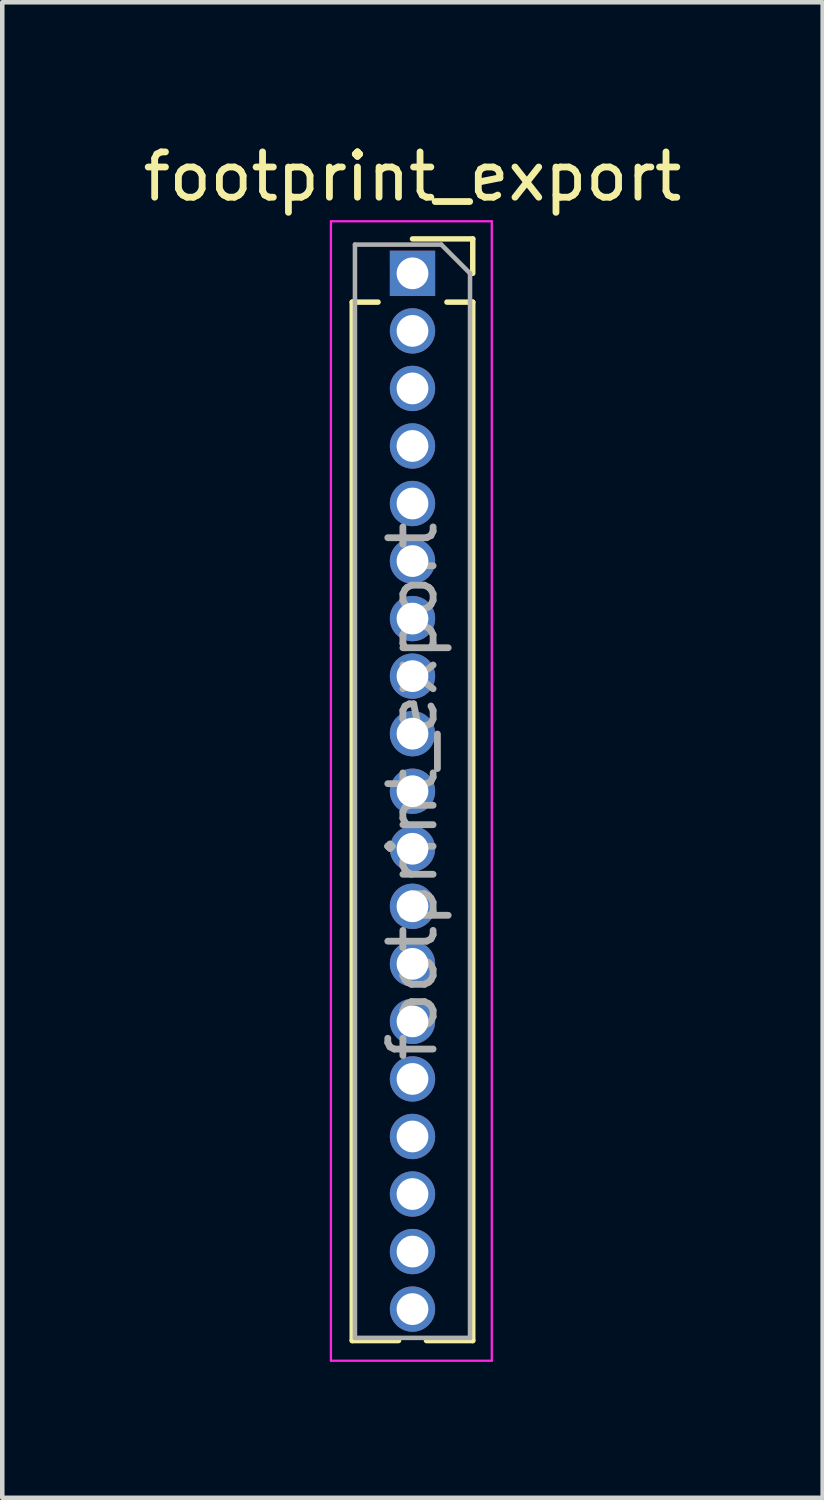
<source format=kicad_pcb>
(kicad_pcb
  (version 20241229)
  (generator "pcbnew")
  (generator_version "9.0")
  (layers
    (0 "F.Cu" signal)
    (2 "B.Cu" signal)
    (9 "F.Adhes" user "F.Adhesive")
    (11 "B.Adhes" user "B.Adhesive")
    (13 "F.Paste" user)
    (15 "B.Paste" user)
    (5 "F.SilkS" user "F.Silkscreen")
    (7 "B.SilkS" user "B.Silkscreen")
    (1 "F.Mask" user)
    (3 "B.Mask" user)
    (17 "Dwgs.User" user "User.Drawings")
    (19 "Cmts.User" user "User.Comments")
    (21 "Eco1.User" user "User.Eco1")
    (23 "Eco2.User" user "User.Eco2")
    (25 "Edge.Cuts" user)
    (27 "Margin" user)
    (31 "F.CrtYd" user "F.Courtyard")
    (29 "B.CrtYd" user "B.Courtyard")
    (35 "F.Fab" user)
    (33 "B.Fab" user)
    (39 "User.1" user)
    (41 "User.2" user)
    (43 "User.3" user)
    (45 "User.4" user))
  (footprint "footprint_export"
    (layer "F.Cu")
    (at 6.054 2.983)
    (property "Reference" "footprint_export" (at 0 -2.135 0) (layer "F.SilkS") (effects (font (size 1 1) (thickness 0.15))))
    (attr through_hole)
    (fp_line (start -1.33 0.635) (end -1.33 23.555) (stroke (width 0.12) (type solid)) (layer "F.SilkS"))
    (fp_line (start -1.33 0.635) (end -0.76 0.635) (stroke (width 0.12) (type solid)) (layer "F.SilkS"))
    (fp_line (start -1.33 23.555) (end -0.308 23.555) (stroke (width 0.12) (type solid)) (layer "F.SilkS"))
    (fp_line (start 0 -0.76) (end 1.33 -0.76) (stroke (width 0.12) (type solid)) (layer "F.SilkS"))
    (fp_line (start 0.308 23.555) (end 1.33 23.555) (stroke (width 0.12) (type solid)) (layer "F.SilkS"))
    (fp_line (start 0.76 0.635) (end 1.33 0.635) (stroke (width 0.12) (type solid)) (layer "F.SilkS"))
    (fp_line (start 1.33 -0.76) (end 1.33 0) (stroke (width 0.12) (type solid)) (layer "F.SilkS"))
    (fp_line (start 1.33 0.635) (end 1.33 23.555) (stroke (width 0.12) (type solid)) (layer "F.SilkS"))
    (fp_line (start -1.8 -1.15) (end 1.75 -1.15) (stroke (width 0.05) (type solid)) (layer "F.CrtYd"))
    (fp_line (start -1.8 24) (end -1.8 -1.15) (stroke (width 0.05) (type solid)) (layer "F.CrtYd"))
    (fp_line (start 1.75 -1.15) (end 1.75 24) (stroke (width 0.05) (type solid)) (layer "F.CrtYd"))
    (fp_line (start 1.75 24) (end -1.8 24) (stroke (width 0.05) (type solid)) (layer "F.CrtYd"))
    (fp_line (start -1.27 -0.635) (end 0.635 -0.635) (stroke (width 0.1) (type solid)) (layer "F.Fab"))
    (fp_line (start -1.27 23.495) (end -1.27 -0.635) (stroke (width 0.1) (type solid)) (layer "F.Fab"))
    (fp_line (start 0.635 -0.635) (end 1.27 0) (stroke (width 0.1) (type solid)) (layer "F.Fab"))
    (fp_line (start 1.27 0) (end 1.27 23.495) (stroke (width 0.1) (type solid)) (layer "F.Fab"))
    (fp_line (start 1.27 23.495) (end -1.27 23.495) (stroke (width 0.1) (type solid)) (layer "F.Fab"))
    (fp_text user "${REFERENCE}" (at 0 11.43 90) (layer "F.Fab") (effects (font (size 1 1) (thickness 0.15))))
    (pad "1" thru_hole rect (at 0 0) (size 1 1) (drill 0.7) (layers "*.Cu" "*.Mask"))
    (pad "2" thru_hole oval (at 0 1.27) (size 1 1) (drill 0.7) (layers "*.Cu" "*.Mask"))
    (pad "3" thru_hole oval (at 0 2.54) (size 1 1) (drill 0.7) (layers "*.Cu" "*.Mask"))
    (pad "4" thru_hole oval (at 0 3.81) (size 1 1) (drill 0.7) (layers "*.Cu" "*.Mask"))
    (pad "5" thru_hole oval (at 0 5.08) (size 1 1) (drill 0.7) (layers "*.Cu" "*.Mask"))
    (pad "6" thru_hole oval (at 0 6.35) (size 1 1) (drill 0.7) (layers "*.Cu" "*.Mask"))
    (pad "7" thru_hole oval (at 0 7.62) (size 1 1) (drill 0.7) (layers "*.Cu" "*.Mask"))
    (pad "8" thru_hole oval (at 0 8.89) (size 1 1) (drill 0.7) (layers "*.Cu" "*.Mask"))
    (pad "9" thru_hole oval (at 0 10.16) (size 1 1) (drill 0.7) (layers "*.Cu" "*.Mask"))
    (pad "10" thru_hole oval (at 0 11.43) (size 1 1) (drill 0.7) (layers "*.Cu" "*.Mask"))
    (pad "11" thru_hole oval (at 0 12.7) (size 1 1) (drill 0.7) (layers "*.Cu" "*.Mask"))
    (pad "12" thru_hole oval (at 0 13.97) (size 1 1) (drill 0.7) (layers "*.Cu" "*.Mask"))
    (pad "13" thru_hole oval (at 0 15.24) (size 1 1) (drill 0.7) (layers "*.Cu" "*.Mask"))
    (pad "14" thru_hole oval (at 0 16.51) (size 1 1) (drill 0.7) (layers "*.Cu" "*.Mask"))
    (pad "15" thru_hole oval (at 0 17.78) (size 1 1) (drill 0.7) (layers "*.Cu" "*.Mask"))
    (pad "16" thru_hole oval (at 0 19.05) (size 1 1) (drill 0.7) (layers "*.Cu" "*.Mask"))
    (pad "17" thru_hole oval (at 0 20.32) (size 1 1) (drill 0.7) (layers "*.Cu" "*.Mask"))
    (pad "18" thru_hole oval (at 0 21.59) (size 1 1) (drill 0.7) (layers "*.Cu" "*.Mask"))
    (pad "19" thru_hole oval (at 0 22.86) (size 1 1) (drill 0.7) (layers "*.Cu" "*.Mask")))
  (gr_rect
    (start -3 -3)
    (end 15.107 30.008)
    (stroke (width 0.1) (type default))
    (fill no)
    (layer "Edge.Cuts")))
</source>
